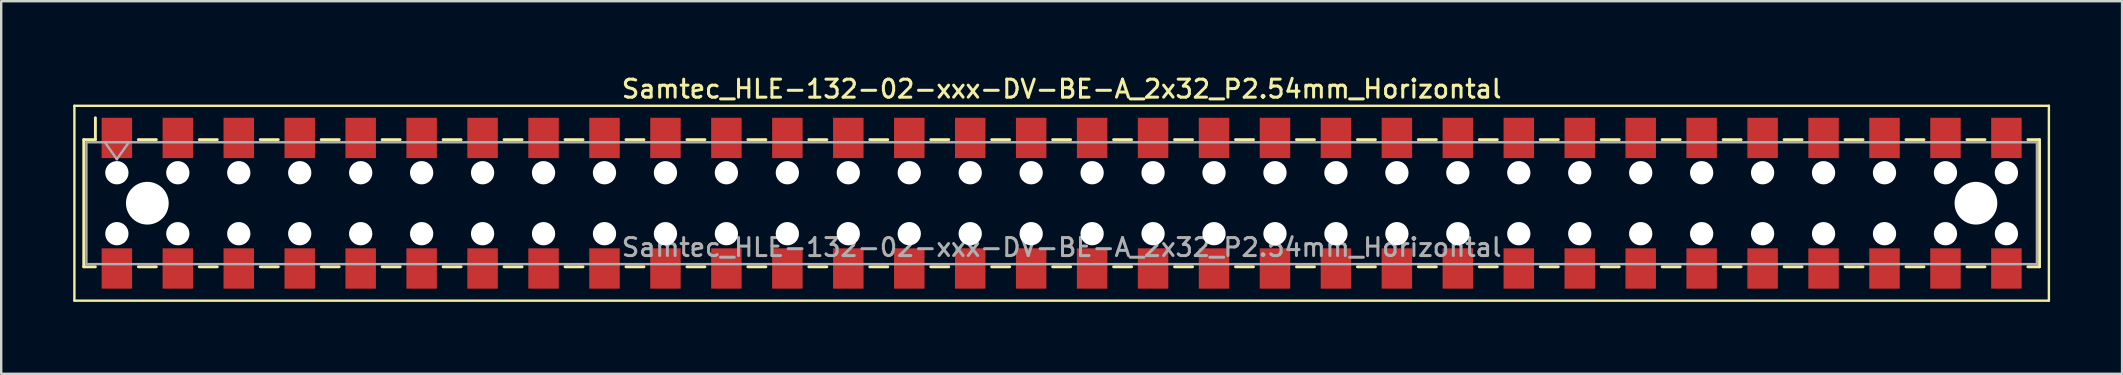
<source format=kicad_pcb>
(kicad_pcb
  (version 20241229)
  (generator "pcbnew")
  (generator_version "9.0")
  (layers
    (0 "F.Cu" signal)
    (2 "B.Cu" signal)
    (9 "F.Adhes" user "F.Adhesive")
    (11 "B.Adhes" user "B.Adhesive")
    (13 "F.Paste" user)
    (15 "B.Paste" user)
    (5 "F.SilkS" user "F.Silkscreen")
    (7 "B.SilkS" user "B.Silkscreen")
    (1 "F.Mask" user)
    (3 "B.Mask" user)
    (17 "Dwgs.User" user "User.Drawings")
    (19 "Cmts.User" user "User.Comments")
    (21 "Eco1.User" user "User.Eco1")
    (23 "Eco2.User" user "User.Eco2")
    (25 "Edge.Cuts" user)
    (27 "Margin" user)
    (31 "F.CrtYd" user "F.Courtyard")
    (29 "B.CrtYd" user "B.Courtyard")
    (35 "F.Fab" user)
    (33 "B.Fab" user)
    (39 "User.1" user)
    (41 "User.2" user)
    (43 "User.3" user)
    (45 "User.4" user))
  (footprint "Samtec_HLE-132-02-xxx-DV-BE-A_2x32_P2.54mm_Horizontal"
    (layer "F.Cu")
    (at 41.19 5.418)
    (property "Reference" "Samtec_HLE-132-02-xxx-DV-BE-A_2x32_P2.54mm_Horizontal" (at 0 -4.76 0) (layer "F.SilkS") (effects (font (size 0.75 0.75) (thickness 0.125))))
    (attr smd)
    (fp_line (start -41.14 -4.06) (end 41.14 -4.06) (stroke (width 0.1) (type solid)) (layer "F.SilkS"))
    (fp_line (start -41.14 4.06) (end -41.14 -4.06) (stroke (width 0.1) (type solid)) (layer "F.SilkS"))
    (fp_line (start -40.75 -2.65) (end -40.75 2.65) (stroke (width 0.12) (type solid)) (layer "F.SilkS"))
    (fp_line (start -40.75 2.65) (end -40.265 2.65) (stroke (width 0.12) (type solid)) (layer "F.SilkS"))
    (fp_line (start -40.265 -3.56) (end -40.265 -2.65) (stroke (width 0.12) (type solid)) (layer "F.SilkS"))
    (fp_line (start -40.265 -2.65) (end -40.75 -2.65) (stroke (width 0.12) (type solid)) (layer "F.SilkS"))
    (fp_line (start -38.475 -2.65) (end -37.725 -2.65) (stroke (width 0.12) (type solid)) (layer "F.SilkS"))
    (fp_line (start -38.475 2.65) (end -37.725 2.65) (stroke (width 0.12) (type solid)) (layer "F.SilkS"))
    (fp_line (start -35.935 -2.65) (end -35.185 -2.65) (stroke (width 0.12) (type solid)) (layer "F.SilkS"))
    (fp_line (start -35.935 2.65) (end -35.185 2.65) (stroke (width 0.12) (type solid)) (layer "F.SilkS"))
    (fp_line (start -33.395 -2.65) (end -32.645 -2.65) (stroke (width 0.12) (type solid)) (layer "F.SilkS"))
    (fp_line (start -33.395 2.65) (end -32.645 2.65) (stroke (width 0.12) (type solid)) (layer "F.SilkS"))
    (fp_line (start -30.855 -2.65) (end -30.105 -2.65) (stroke (width 0.12) (type solid)) (layer "F.SilkS"))
    (fp_line (start -30.855 2.65) (end -30.105 2.65) (stroke (width 0.12) (type solid)) (layer "F.SilkS"))
    (fp_line (start -28.315 -2.65) (end -27.565 -2.65) (stroke (width 0.12) (type solid)) (layer "F.SilkS"))
    (fp_line (start -28.315 2.65) (end -27.565 2.65) (stroke (width 0.12) (type solid)) (layer "F.SilkS"))
    (fp_line (start -25.775 -2.65) (end -25.025 -2.65) (stroke (width 0.12) (type solid)) (layer "F.SilkS"))
    (fp_line (start -25.775 2.65) (end -25.025 2.65) (stroke (width 0.12) (type solid)) (layer "F.SilkS"))
    (fp_line (start -23.235 -2.65) (end -22.485 -2.65) (stroke (width 0.12) (type solid)) (layer "F.SilkS"))
    (fp_line (start -23.235 2.65) (end -22.485 2.65) (stroke (width 0.12) (type solid)) (layer "F.SilkS"))
    (fp_line (start -20.695 -2.65) (end -19.945 -2.65) (stroke (width 0.12) (type solid)) (layer "F.SilkS"))
    (fp_line (start -20.695 2.65) (end -19.945 2.65) (stroke (width 0.12) (type solid)) (layer "F.SilkS"))
    (fp_line (start -18.155 -2.65) (end -17.405 -2.65) (stroke (width 0.12) (type solid)) (layer "F.SilkS"))
    (fp_line (start -18.155 2.65) (end -17.405 2.65) (stroke (width 0.12) (type solid)) (layer "F.SilkS"))
    (fp_line (start -15.615 -2.65) (end -14.865 -2.65) (stroke (width 0.12) (type solid)) (layer "F.SilkS"))
    (fp_line (start -15.615 2.65) (end -14.865 2.65) (stroke (width 0.12) (type solid)) (layer "F.SilkS"))
    (fp_line (start -13.075 -2.65) (end -12.325 -2.65) (stroke (width 0.12) (type solid)) (layer "F.SilkS"))
    (fp_line (start -13.075 2.65) (end -12.325 2.65) (stroke (width 0.12) (type solid)) (layer "F.SilkS"))
    (fp_line (start -10.535 -2.65) (end -9.785 -2.65) (stroke (width 0.12) (type solid)) (layer "F.SilkS"))
    (fp_line (start -10.535 2.65) (end -9.785 2.65) (stroke (width 0.12) (type solid)) (layer "F.SilkS"))
    (fp_line (start -7.995 -2.65) (end -7.245 -2.65) (stroke (width 0.12) (type solid)) (layer "F.SilkS"))
    (fp_line (start -7.995 2.65) (end -7.245 2.65) (stroke (width 0.12) (type solid)) (layer "F.SilkS"))
    (fp_line (start -5.455 -2.65) (end -4.705 -2.65) (stroke (width 0.12) (type solid)) (layer "F.SilkS"))
    (fp_line (start -5.455 2.65) (end -4.705 2.65) (stroke (width 0.12) (type solid)) (layer "F.SilkS"))
    (fp_line (start -2.915 -2.65) (end -2.165 -2.65) (stroke (width 0.12) (type solid)) (layer "F.SilkS"))
    (fp_line (start -2.915 2.65) (end -2.165 2.65) (stroke (width 0.12) (type solid)) (layer "F.SilkS"))
    (fp_line (start -0.375 -2.65) (end 0.375 -2.65) (stroke (width 0.12) (type solid)) (layer "F.SilkS"))
    (fp_line (start -0.375 2.65) (end 0.375 2.65) (stroke (width 0.12) (type solid)) (layer "F.SilkS"))
    (fp_line (start 2.165 -2.65) (end 2.915 -2.65) (stroke (width 0.12) (type solid)) (layer "F.SilkS"))
    (fp_line (start 2.165 2.65) (end 2.915 2.65) (stroke (width 0.12) (type solid)) (layer "F.SilkS"))
    (fp_line (start 4.705 -2.65) (end 5.455 -2.65) (stroke (width 0.12) (type solid)) (layer "F.SilkS"))
    (fp_line (start 4.705 2.65) (end 5.455 2.65) (stroke (width 0.12) (type solid)) (layer "F.SilkS"))
    (fp_line (start 7.245 -2.65) (end 7.995 -2.65) (stroke (width 0.12) (type solid)) (layer "F.SilkS"))
    (fp_line (start 7.245 2.65) (end 7.995 2.65) (stroke (width 0.12) (type solid)) (layer "F.SilkS"))
    (fp_line (start 9.785 -2.65) (end 10.535 -2.65) (stroke (width 0.12) (type solid)) (layer "F.SilkS"))
    (fp_line (start 9.785 2.65) (end 10.535 2.65) (stroke (width 0.12) (type solid)) (layer "F.SilkS"))
    (fp_line (start 12.325 -2.65) (end 13.075 -2.65) (stroke (width 0.12) (type solid)) (layer "F.SilkS"))
    (fp_line (start 12.325 2.65) (end 13.075 2.65) (stroke (width 0.12) (type solid)) (layer "F.SilkS"))
    (fp_line (start 14.865 -2.65) (end 15.615 -2.65) (stroke (width 0.12) (type solid)) (layer "F.SilkS"))
    (fp_line (start 14.865 2.65) (end 15.615 2.65) (stroke (width 0.12) (type solid)) (layer "F.SilkS"))
    (fp_line (start 17.405 -2.65) (end 18.155 -2.65) (stroke (width 0.12) (type solid)) (layer "F.SilkS"))
    (fp_line (start 17.405 2.65) (end 18.155 2.65) (stroke (width 0.12) (type solid)) (layer "F.SilkS"))
    (fp_line (start 19.945 -2.65) (end 20.695 -2.65) (stroke (width 0.12) (type solid)) (layer "F.SilkS"))
    (fp_line (start 19.945 2.65) (end 20.695 2.65) (stroke (width 0.12) (type solid)) (layer "F.SilkS"))
    (fp_line (start 22.485 -2.65) (end 23.235 -2.65) (stroke (width 0.12) (type solid)) (layer "F.SilkS"))
    (fp_line (start 22.485 2.65) (end 23.235 2.65) (stroke (width 0.12) (type solid)) (layer "F.SilkS"))
    (fp_line (start 25.025 -2.65) (end 25.775 -2.65) (stroke (width 0.12) (type solid)) (layer "F.SilkS"))
    (fp_line (start 25.025 2.65) (end 25.775 2.65) (stroke (width 0.12) (type solid)) (layer "F.SilkS"))
    (fp_line (start 27.565 -2.65) (end 28.315 -2.65) (stroke (width 0.12) (type solid)) (layer "F.SilkS"))
    (fp_line (start 27.565 2.65) (end 28.315 2.65) (stroke (width 0.12) (type solid)) (layer "F.SilkS"))
    (fp_line (start 30.105 -2.65) (end 30.855 -2.65) (stroke (width 0.12) (type solid)) (layer "F.SilkS"))
    (fp_line (start 30.105 2.65) (end 30.855 2.65) (stroke (width 0.12) (type solid)) (layer "F.SilkS"))
    (fp_line (start 32.645 -2.65) (end 33.395 -2.65) (stroke (width 0.12) (type solid)) (layer "F.SilkS"))
    (fp_line (start 32.645 2.65) (end 33.395 2.65) (stroke (width 0.12) (type solid)) (layer "F.SilkS"))
    (fp_line (start 35.185 -2.65) (end 35.935 -2.65) (stroke (width 0.12) (type solid)) (layer "F.SilkS"))
    (fp_line (start 35.185 2.65) (end 35.935 2.65) (stroke (width 0.12) (type solid)) (layer "F.SilkS"))
    (fp_line (start 37.725 -2.65) (end 38.475 -2.65) (stroke (width 0.12) (type solid)) (layer "F.SilkS"))
    (fp_line (start 37.725 2.65) (end 38.475 2.65) (stroke (width 0.12) (type solid)) (layer "F.SilkS"))
    (fp_line (start 40.265 -2.65) (end 40.75 -2.65) (stroke (width 0.12) (type solid)) (layer "F.SilkS"))
    (fp_line (start 40.75 -2.65) (end 40.75 2.65) (stroke (width 0.12) (type solid)) (layer "F.SilkS"))
    (fp_line (start 40.75 2.65) (end 40.265 2.65) (stroke (width 0.12) (type solid)) (layer "F.SilkS"))
    (fp_line (start 41.14 -4.06) (end 41.14 4.06) (stroke (width 0.1) (type solid)) (layer "F.SilkS"))
    (fp_line (start 41.14 4.06) (end -41.14 4.06) (stroke (width 0.1) (type solid)) (layer "F.SilkS"))
    (fp_line (start -40.64 -2.54) (end 40.64 -2.54) (stroke (width 0.1) (type solid)) (layer "F.Fab"))
    (fp_line (start -40.64 2.54) (end -40.64 -2.54) (stroke (width 0.1) (type solid)) (layer "F.Fab"))
    (fp_line (start -39.87 -2.54) (end -39.37 -1.833) (stroke (width 0.1) (type solid)) (layer "F.Fab"))
    (fp_line (start -39.37 -1.833) (end -38.87 -2.54) (stroke (width 0.1) (type solid)) (layer "F.Fab"))
    (fp_line (start 40.64 -2.54) (end 40.64 2.54) (stroke (width 0.1) (type solid)) (layer "F.Fab"))
    (fp_line (start 40.64 2.54) (end -40.64 2.54) (stroke (width 0.1) (type solid)) (layer "F.Fab"))
    (fp_text user "${REFERENCE}" (at 0 1.84 0) (layer "F.Fab") (effects (font (size 0.75 0.75) (thickness 0.125))))
    (pad "" np_thru_hole circle (at -39.37 -1.27) (size 0.97 0.97) (drill 0.97) (layers "*.Cu" "*.Mask"))
    (pad "" np_thru_hole circle (at -39.37 1.27) (size 0.97 0.97) (drill 0.97) (layers "*.Cu" "*.Mask"))
    (pad "" np_thru_hole circle (at -38.1 0) (size 1.78 1.78) (drill 1.78) (layers "*.Cu" "*.Mask"))
    (pad "" np_thru_hole circle (at -36.83 -1.27) (size 0.97 0.97) (drill 0.97) (layers "*.Cu" "*.Mask"))
    (pad "" np_thru_hole circle (at -36.83 1.27) (size 0.97 0.97) (drill 0.97) (layers "*.Cu" "*.Mask"))
    (pad "" np_thru_hole circle (at -34.29 -1.27) (size 0.97 0.97) (drill 0.97) (layers "*.Cu" "*.Mask"))
    (pad "" np_thru_hole circle (at -34.29 1.27) (size 0.97 0.97) (drill 0.97) (layers "*.Cu" "*.Mask"))
    (pad "" np_thru_hole circle (at -31.75 -1.27) (size 0.97 0.97) (drill 0.97) (layers "*.Cu" "*.Mask"))
    (pad "" np_thru_hole circle (at -31.75 1.27) (size 0.97 0.97) (drill 0.97) (layers "*.Cu" "*.Mask"))
    (pad "" np_thru_hole circle (at -29.21 -1.27) (size 0.97 0.97) (drill 0.97) (layers "*.Cu" "*.Mask"))
    (pad "" np_thru_hole circle (at -29.21 1.27) (size 0.97 0.97) (drill 0.97) (layers "*.Cu" "*.Mask"))
    (pad "" np_thru_hole circle (at -26.67 -1.27) (size 0.97 0.97) (drill 0.97) (layers "*.Cu" "*.Mask"))
    (pad "" np_thru_hole circle (at -26.67 1.27) (size 0.97 0.97) (drill 0.97) (layers "*.Cu" "*.Mask"))
    (pad "" np_thru_hole circle (at -24.13 -1.27) (size 0.97 0.97) (drill 0.97) (layers "*.Cu" "*.Mask"))
    (pad "" np_thru_hole circle (at -24.13 1.27) (size 0.97 0.97) (drill 0.97) (layers "*.Cu" "*.Mask"))
    (pad "" np_thru_hole circle (at -21.59 -1.27) (size 0.97 0.97) (drill 0.97) (layers "*.Cu" "*.Mask"))
    (pad "" np_thru_hole circle (at -21.59 1.27) (size 0.97 0.97) (drill 0.97) (layers "*.Cu" "*.Mask"))
    (pad "" np_thru_hole circle (at -19.05 -1.27) (size 0.97 0.97) (drill 0.97) (layers "*.Cu" "*.Mask"))
    (pad "" np_thru_hole circle (at -19.05 1.27) (size 0.97 0.97) (drill 0.97) (layers "*.Cu" "*.Mask"))
    (pad "" np_thru_hole circle (at -16.51 -1.27) (size 0.97 0.97) (drill 0.97) (layers "*.Cu" "*.Mask"))
    (pad "" np_thru_hole circle (at -16.51 1.27) (size 0.97 0.97) (drill 0.97) (layers "*.Cu" "*.Mask"))
    (pad "" np_thru_hole circle (at -13.97 -1.27) (size 0.97 0.97) (drill 0.97) (layers "*.Cu" "*.Mask"))
    (pad "" np_thru_hole circle (at -13.97 1.27) (size 0.97 0.97) (drill 0.97) (layers "*.Cu" "*.Mask"))
    (pad "" np_thru_hole circle (at -11.43 -1.27) (size 0.97 0.97) (drill 0.97) (layers "*.Cu" "*.Mask"))
    (pad "" np_thru_hole circle (at -11.43 1.27) (size 0.97 0.97) (drill 0.97) (layers "*.Cu" "*.Mask"))
    (pad "" np_thru_hole circle (at -8.89 -1.27) (size 0.97 0.97) (drill 0.97) (layers "*.Cu" "*.Mask"))
    (pad "" np_thru_hole circle (at -8.89 1.27) (size 0.97 0.97) (drill 0.97) (layers "*.Cu" "*.Mask"))
    (pad "" np_thru_hole circle (at -6.35 -1.27) (size 0.97 0.97) (drill 0.97) (layers "*.Cu" "*.Mask"))
    (pad "" np_thru_hole circle (at -6.35 1.27) (size 0.97 0.97) (drill 0.97) (layers "*.Cu" "*.Mask"))
    (pad "" np_thru_hole circle (at -3.81 -1.27) (size 0.97 0.97) (drill 0.97) (layers "*.Cu" "*.Mask"))
    (pad "" np_thru_hole circle (at -3.81 1.27) (size 0.97 0.97) (drill 0.97) (layers "*.Cu" "*.Mask"))
    (pad "" np_thru_hole circle (at -1.27 -1.27) (size 0.97 0.97) (drill 0.97) (layers "*.Cu" "*.Mask"))
    (pad "" np_thru_hole circle (at -1.27 1.27) (size 0.97 0.97) (drill 0.97) (layers "*.Cu" "*.Mask"))
    (pad "" np_thru_hole circle (at 1.27 -1.27) (size 0.97 0.97) (drill 0.97) (layers "*.Cu" "*.Mask"))
    (pad "" np_thru_hole circle (at 1.27 1.27) (size 0.97 0.97) (drill 0.97) (layers "*.Cu" "*.Mask"))
    (pad "" np_thru_hole circle (at 3.81 -1.27) (size 0.97 0.97) (drill 0.97) (layers "*.Cu" "*.Mask"))
    (pad "" np_thru_hole circle (at 3.81 1.27) (size 0.97 0.97) (drill 0.97) (layers "*.Cu" "*.Mask"))
    (pad "" np_thru_hole circle (at 6.35 -1.27) (size 0.97 0.97) (drill 0.97) (layers "*.Cu" "*.Mask"))
    (pad "" np_thru_hole circle (at 6.35 1.27) (size 0.97 0.97) (drill 0.97) (layers "*.Cu" "*.Mask"))
    (pad "" np_thru_hole circle (at 8.89 -1.27) (size 0.97 0.97) (drill 0.97) (layers "*.Cu" "*.Mask"))
    (pad "" np_thru_hole circle (at 8.89 1.27) (size 0.97 0.97) (drill 0.97) (layers "*.Cu" "*.Mask"))
    (pad "" np_thru_hole circle (at 11.43 -1.27) (size 0.97 0.97) (drill 0.97) (layers "*.Cu" "*.Mask"))
    (pad "" np_thru_hole circle (at 11.43 1.27) (size 0.97 0.97) (drill 0.97) (layers "*.Cu" "*.Mask"))
    (pad "" np_thru_hole circle (at 13.97 -1.27) (size 0.97 0.97) (drill 0.97) (layers "*.Cu" "*.Mask"))
    (pad "" np_thru_hole circle (at 13.97 1.27) (size 0.97 0.97) (drill 0.97) (layers "*.Cu" "*.Mask"))
    (pad "" np_thru_hole circle (at 16.51 -1.27) (size 0.97 0.97) (drill 0.97) (layers "*.Cu" "*.Mask"))
    (pad "" np_thru_hole circle (at 16.51 1.27) (size 0.97 0.97) (drill 0.97) (layers "*.Cu" "*.Mask"))
    (pad "" np_thru_hole circle (at 19.05 -1.27) (size 0.97 0.97) (drill 0.97) (layers "*.Cu" "*.Mask"))
    (pad "" np_thru_hole circle (at 19.05 1.27) (size 0.97 0.97) (drill 0.97) (layers "*.Cu" "*.Mask"))
    (pad "" np_thru_hole circle (at 21.59 -1.27) (size 0.97 0.97) (drill 0.97) (layers "*.Cu" "*.Mask"))
    (pad "" np_thru_hole circle (at 21.59 1.27) (size 0.97 0.97) (drill 0.97) (layers "*.Cu" "*.Mask"))
    (pad "" np_thru_hole circle (at 24.13 -1.27) (size 0.97 0.97) (drill 0.97) (layers "*.Cu" "*.Mask"))
    (pad "" np_thru_hole circle (at 24.13 1.27) (size 0.97 0.97) (drill 0.97) (layers "*.Cu" "*.Mask"))
    (pad "" np_thru_hole circle (at 26.67 -1.27) (size 0.97 0.97) (drill 0.97) (layers "*.Cu" "*.Mask"))
    (pad "" np_thru_hole circle (at 26.67 1.27) (size 0.97 0.97) (drill 0.97) (layers "*.Cu" "*.Mask"))
    (pad "" np_thru_hole circle (at 29.21 -1.27) (size 0.97 0.97) (drill 0.97) (layers "*.Cu" "*.Mask"))
    (pad "" np_thru_hole circle (at 29.21 1.27) (size 0.97 0.97) (drill 0.97) (layers "*.Cu" "*.Mask"))
    (pad "" np_thru_hole circle (at 31.75 -1.27) (size 0.97 0.97) (drill 0.97) (layers "*.Cu" "*.Mask"))
    (pad "" np_thru_hole circle (at 31.75 1.27) (size 0.97 0.97) (drill 0.97) (layers "*.Cu" "*.Mask"))
    (pad "" np_thru_hole circle (at 34.29 -1.27) (size 0.97 0.97) (drill 0.97) (layers "*.Cu" "*.Mask"))
    (pad "" np_thru_hole circle (at 34.29 1.27) (size 0.97 0.97) (drill 0.97) (layers "*.Cu" "*.Mask"))
    (pad "" np_thru_hole circle (at 36.83 -1.27) (size 0.97 0.97) (drill 0.97) (layers "*.Cu" "*.Mask"))
    (pad "" np_thru_hole circle (at 36.83 1.27) (size 0.97 0.97) (drill 0.97) (layers "*.Cu" "*.Mask"))
    (pad "" np_thru_hole circle (at 38.1 0) (size 1.78 1.78) (drill 1.78) (layers "*.Cu" "*.Mask"))
    (pad "" np_thru_hole circle (at 39.37 -1.27) (size 0.97 0.97) (drill 0.97) (layers "*.Cu" "*.Mask"))
    (pad "" np_thru_hole circle (at 39.37 1.27) (size 0.97 0.97) (drill 0.97) (layers "*.Cu" "*.Mask"))
    (pad "1" smd rect (at -39.37 -2.72) (size 1.27 1.68) (layers "F.Cu" "F.Mask" "F.Paste"))
    (pad "2" smd rect (at -39.37 2.72) (size 1.27 1.68) (layers "F.Cu" "F.Mask" "F.Paste"))
    (pad "3" smd rect (at -36.83 -2.72) (size 1.27 1.68) (layers "F.Cu" "F.Mask" "F.Paste"))
    (pad "4" smd rect (at -36.83 2.72) (size 1.27 1.68) (layers "F.Cu" "F.Mask" "F.Paste"))
    (pad "5" smd rect (at -34.29 -2.72) (size 1.27 1.68) (layers "F.Cu" "F.Mask" "F.Paste"))
    (pad "6" smd rect (at -34.29 2.72) (size 1.27 1.68) (layers "F.Cu" "F.Mask" "F.Paste"))
    (pad "7" smd rect (at -31.75 -2.72) (size 1.27 1.68) (layers "F.Cu" "F.Mask" "F.Paste"))
    (pad "8" smd rect (at -31.75 2.72) (size 1.27 1.68) (layers "F.Cu" "F.Mask" "F.Paste"))
    (pad "9" smd rect (at -29.21 -2.72) (size 1.27 1.68) (layers "F.Cu" "F.Mask" "F.Paste"))
    (pad "10" smd rect (at -29.21 2.72) (size 1.27 1.68) (layers "F.Cu" "F.Mask" "F.Paste"))
    (pad "11" smd rect (at -26.67 -2.72) (size 1.27 1.68) (layers "F.Cu" "F.Mask" "F.Paste"))
    (pad "12" smd rect (at -26.67 2.72) (size 1.27 1.68) (layers "F.Cu" "F.Mask" "F.Paste"))
    (pad "13" smd rect (at -24.13 -2.72) (size 1.27 1.68) (layers "F.Cu" "F.Mask" "F.Paste"))
    (pad "14" smd rect (at -24.13 2.72) (size 1.27 1.68) (layers "F.Cu" "F.Mask" "F.Paste"))
    (pad "15" smd rect (at -21.59 -2.72) (size 1.27 1.68) (layers "F.Cu" "F.Mask" "F.Paste"))
    (pad "16" smd rect (at -21.59 2.72) (size 1.27 1.68) (layers "F.Cu" "F.Mask" "F.Paste"))
    (pad "17" smd rect (at -19.05 -2.72) (size 1.27 1.68) (layers "F.Cu" "F.Mask" "F.Paste"))
    (pad "18" smd rect (at -19.05 2.72) (size 1.27 1.68) (layers "F.Cu" "F.Mask" "F.Paste"))
    (pad "19" smd rect (at -16.51 -2.72) (size 1.27 1.68) (layers "F.Cu" "F.Mask" "F.Paste"))
    (pad "20" smd rect (at -16.51 2.72) (size 1.27 1.68) (layers "F.Cu" "F.Mask" "F.Paste"))
    (pad "21" smd rect (at -13.97 -2.72) (size 1.27 1.68) (layers "F.Cu" "F.Mask" "F.Paste"))
    (pad "22" smd rect (at -13.97 2.72) (size 1.27 1.68) (layers "F.Cu" "F.Mask" "F.Paste"))
    (pad "23" smd rect (at -11.43 -2.72) (size 1.27 1.68) (layers "F.Cu" "F.Mask" "F.Paste"))
    (pad "24" smd rect (at -11.43 2.72) (size 1.27 1.68) (layers "F.Cu" "F.Mask" "F.Paste"))
    (pad "25" smd rect (at -8.89 -2.72) (size 1.27 1.68) (layers "F.Cu" "F.Mask" "F.Paste"))
    (pad "26" smd rect (at -8.89 2.72) (size 1.27 1.68) (layers "F.Cu" "F.Mask" "F.Paste"))
    (pad "27" smd rect (at -6.35 -2.72) (size 1.27 1.68) (layers "F.Cu" "F.Mask" "F.Paste"))
    (pad "28" smd rect (at -6.35 2.72) (size 1.27 1.68) (layers "F.Cu" "F.Mask" "F.Paste"))
    (pad "29" smd rect (at -3.81 -2.72) (size 1.27 1.68) (layers "F.Cu" "F.Mask" "F.Paste"))
    (pad "30" smd rect (at -3.81 2.72) (size 1.27 1.68) (layers "F.Cu" "F.Mask" "F.Paste"))
    (pad "31" smd rect (at -1.27 -2.72) (size 1.27 1.68) (layers "F.Cu" "F.Mask" "F.Paste"))
    (pad "32" smd rect (at -1.27 2.72) (size 1.27 1.68) (layers "F.Cu" "F.Mask" "F.Paste"))
    (pad "33" smd rect (at 1.27 -2.72) (size 1.27 1.68) (layers "F.Cu" "F.Mask" "F.Paste"))
    (pad "34" smd rect (at 1.27 2.72) (size 1.27 1.68) (layers "F.Cu" "F.Mask" "F.Paste"))
    (pad "35" smd rect (at 3.81 -2.72) (size 1.27 1.68) (layers "F.Cu" "F.Mask" "F.Paste"))
    (pad "36" smd rect (at 3.81 2.72) (size 1.27 1.68) (layers "F.Cu" "F.Mask" "F.Paste"))
    (pad "37" smd rect (at 6.35 -2.72) (size 1.27 1.68) (layers "F.Cu" "F.Mask" "F.Paste"))
    (pad "38" smd rect (at 6.35 2.72) (size 1.27 1.68) (layers "F.Cu" "F.Mask" "F.Paste"))
    (pad "39" smd rect (at 8.89 -2.72) (size 1.27 1.68) (layers "F.Cu" "F.Mask" "F.Paste"))
    (pad "40" smd rect (at 8.89 2.72) (size 1.27 1.68) (layers "F.Cu" "F.Mask" "F.Paste"))
    (pad "41" smd rect (at 11.43 -2.72) (size 1.27 1.68) (layers "F.Cu" "F.Mask" "F.Paste"))
    (pad "42" smd rect (at 11.43 2.72) (size 1.27 1.68) (layers "F.Cu" "F.Mask" "F.Paste"))
    (pad "43" smd rect (at 13.97 -2.72) (size 1.27 1.68) (layers "F.Cu" "F.Mask" "F.Paste"))
    (pad "44" smd rect (at 13.97 2.72) (size 1.27 1.68) (layers "F.Cu" "F.Mask" "F.Paste"))
    (pad "45" smd rect (at 16.51 -2.72) (size 1.27 1.68) (layers "F.Cu" "F.Mask" "F.Paste"))
    (pad "46" smd rect (at 16.51 2.72) (size 1.27 1.68) (layers "F.Cu" "F.Mask" "F.Paste"))
    (pad "47" smd rect (at 19.05 -2.72) (size 1.27 1.68) (layers "F.Cu" "F.Mask" "F.Paste"))
    (pad "48" smd rect (at 19.05 2.72) (size 1.27 1.68) (layers "F.Cu" "F.Mask" "F.Paste"))
    (pad "49" smd rect (at 21.59 -2.72) (size 1.27 1.68) (layers "F.Cu" "F.Mask" "F.Paste"))
    (pad "50" smd rect (at 21.59 2.72) (size 1.27 1.68) (layers "F.Cu" "F.Mask" "F.Paste"))
    (pad "51" smd rect (at 24.13 -2.72) (size 1.27 1.68) (layers "F.Cu" "F.Mask" "F.Paste"))
    (pad "52" smd rect (at 24.13 2.72) (size 1.27 1.68) (layers "F.Cu" "F.Mask" "F.Paste"))
    (pad "53" smd rect (at 26.67 -2.72) (size 1.27 1.68) (layers "F.Cu" "F.Mask" "F.Paste"))
    (pad "54" smd rect (at 26.67 2.72) (size 1.27 1.68) (layers "F.Cu" "F.Mask" "F.Paste"))
    (pad "55" smd rect (at 29.21 -2.72) (size 1.27 1.68) (layers "F.Cu" "F.Mask" "F.Paste"))
    (pad "56" smd rect (at 29.21 2.72) (size 1.27 1.68) (layers "F.Cu" "F.Mask" "F.Paste"))
    (pad "57" smd rect (at 31.75 -2.72) (size 1.27 1.68) (layers "F.Cu" "F.Mask" "F.Paste"))
    (pad "58" smd rect (at 31.75 2.72) (size 1.27 1.68) (layers "F.Cu" "F.Mask" "F.Paste"))
    (pad "59" smd rect (at 34.29 -2.72) (size 1.27 1.68) (layers "F.Cu" "F.Mask" "F.Paste"))
    (pad "60" smd rect (at 34.29 2.72) (size 1.27 1.68) (layers "F.Cu" "F.Mask" "F.Paste"))
    (pad "61" smd rect (at 36.83 -2.72) (size 1.27 1.68) (layers "F.Cu" "F.Mask" "F.Paste"))
    (pad "62" smd rect (at 36.83 2.72) (size 1.27 1.68) (layers "F.Cu" "F.Mask" "F.Paste"))
    (pad "63" smd rect (at 39.37 -2.72) (size 1.27 1.68) (layers "F.Cu" "F.Mask" "F.Paste"))
    (pad "64" smd rect (at 39.37 2.72) (size 1.27 1.68) (layers "F.Cu" "F.Mask" "F.Paste")))
  (gr_rect
    (start -3 -3)
    (end 85.38 12.528)
    (stroke (width 0.1) (type default))
    (fill no)
    (layer "Edge.Cuts")))
</source>
